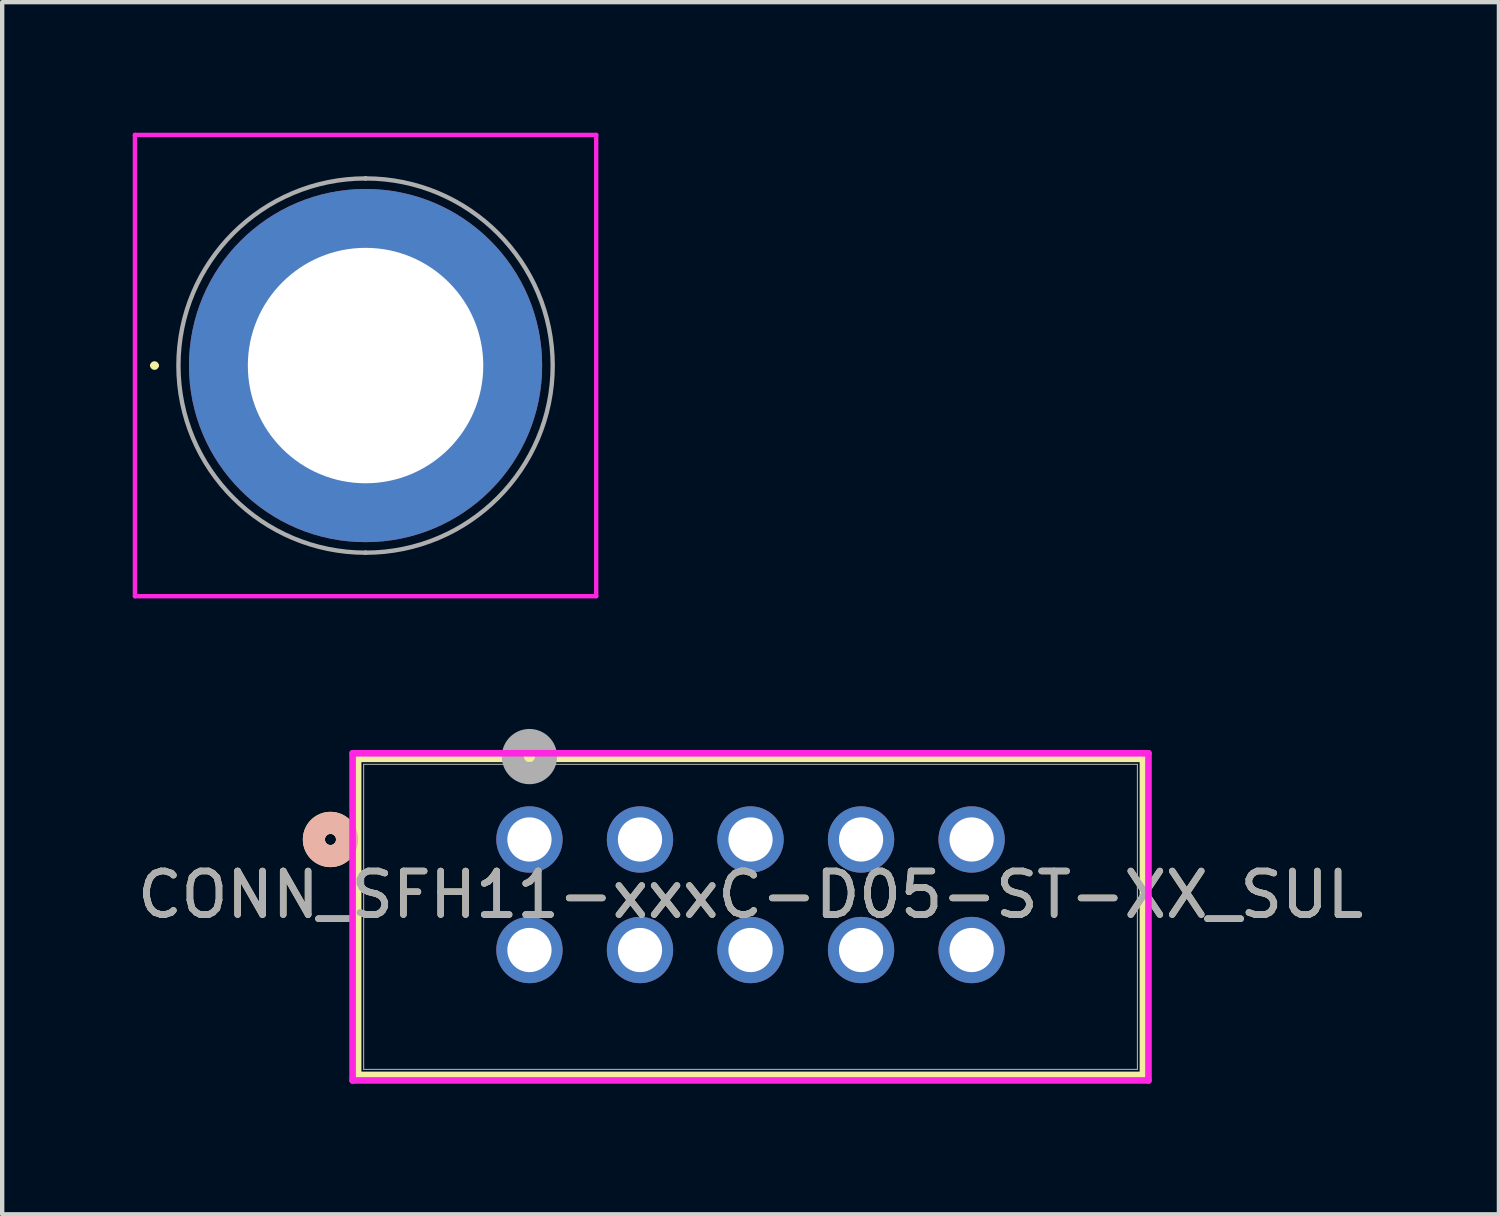
<source format=kicad_pcb>
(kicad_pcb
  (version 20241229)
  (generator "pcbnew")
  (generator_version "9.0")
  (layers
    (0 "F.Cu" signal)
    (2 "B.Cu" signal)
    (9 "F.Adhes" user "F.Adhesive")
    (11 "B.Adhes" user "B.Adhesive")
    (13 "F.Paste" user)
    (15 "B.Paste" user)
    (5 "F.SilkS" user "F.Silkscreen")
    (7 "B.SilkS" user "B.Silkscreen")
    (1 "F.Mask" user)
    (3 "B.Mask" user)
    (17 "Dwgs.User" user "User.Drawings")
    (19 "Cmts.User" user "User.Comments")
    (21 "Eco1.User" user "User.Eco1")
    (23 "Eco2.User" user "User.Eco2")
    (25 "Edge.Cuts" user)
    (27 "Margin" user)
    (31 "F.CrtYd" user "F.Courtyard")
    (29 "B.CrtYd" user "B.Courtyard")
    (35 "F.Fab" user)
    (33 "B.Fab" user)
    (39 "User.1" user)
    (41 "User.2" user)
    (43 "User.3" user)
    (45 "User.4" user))
  (footprint "5754"
    (layer "F.Cu")
    (at 5.35 5.35)
    (property "Reference" "5754" (at 0 0 0) (layer "F.SilkS") (effects (font (size 1.27 1.27) (thickness 0.254))))
    (attr through_hole)
    (fp_line (start -4.9 0) (end -4.9 0) (stroke (width 0.1) (type solid)) (layer "F.SilkS"))
    (fp_line (start -4.8 0) (end -4.8 0) (stroke (width 0.1) (type solid)) (layer "F.SilkS"))
    (fp_arc (start -4.9 0) (mid -4.85 -0.05) (end -4.8 0) (stroke (width 0.1) (type solid)) (layer "F.SilkS"))
    (fp_arc (start -4.8 0) (mid -4.85 0.05) (end -4.9 0) (stroke (width 0.1) (type solid)) (layer "F.SilkS"))
    (fp_line (start -5.3 -5.3) (end 5.3 -5.3) (stroke (width 0.1) (type solid)) (layer "F.CrtYd"))
    (fp_line (start -5.3 5.3) (end -5.3 -5.3) (stroke (width 0.1) (type solid)) (layer "F.CrtYd"))
    (fp_line (start 5.3 -5.3) (end 5.3 5.3) (stroke (width 0.1) (type solid)) (layer "F.CrtYd"))
    (fp_line (start 5.3 5.3) (end -5.3 5.3) (stroke (width 0.1) (type solid)) (layer "F.CrtYd"))
    (fp_line (start 0 -4.3) (end 0 -4.3) (stroke (width 0.1) (type solid)) (layer "F.Fab"))
    (fp_line (start 0 4.3) (end 0 4.3) (stroke (width 0.1) (type solid)) (layer "F.Fab"))
    (fp_arc (start 0 -4.3) (mid 4.3 0) (end 0 4.3) (stroke (width 0.1) (type solid)) (layer "F.Fab"))
    (fp_arc (start 0 4.3) (mid -4.3 0) (end 0 -4.3) (stroke (width 0.1) (type solid)) (layer "F.Fab"))
    (fp_text user "${REFERENCE}" (at 0 0 0) (layer "F.Fab") (effects (font (size 1.27 1.27) (thickness 0.254))))
    (pad "1" thru_hole circle (at 0 0) (size 8.115 8.115) (drill 5.41) (layers "*.Cu" "*.Mask")))
  (footprint "CONN_SFH11-xxxC-D05-ST-XX_SUL"
    (layer "F.Cu")
    (at 9.116 16.24)
    (property "Reference" "CONN_SFH11-xxxC-D05-ST-XX_SUL" (at 5.08 1.27 0) (unlocked yes) (layer "F.SilkS") (effects (font (size 1 1) (thickness 0.15))))
    (attr through_hole)
    (fp_line (start -3.937 -1.854) (end -3.937 5.41) (stroke (width 0.152) (type solid)) (layer "F.SilkS"))
    (fp_line (start -3.937 5.41) (end 14.097 5.41) (stroke (width 0.152) (type solid)) (layer "F.SilkS"))
    (fp_line (start 14.097 -1.854) (end -3.937 -1.854) (stroke (width 0.152) (type solid)) (layer "F.SilkS"))
    (fp_line (start 14.097 5.41) (end 14.097 -1.854) (stroke (width 0.152) (type solid)) (layer "F.SilkS"))
    (fp_circle (center -4.572 0) (end -4.191 0) (stroke (width 0.508) (type solid)) (fill no) (layer "F.SilkS"))
    (fp_circle (center -4.572 0) (end -4.191 0) (stroke (width 0.508) (type solid)) (fill no) (layer "B.SilkS"))
    (fp_line (start -4.064 -1.981) (end -4.064 5.537) (stroke (width 0.152) (type solid)) (layer "F.CrtYd"))
    (fp_line (start -4.064 5.537) (end 14.224 5.537) (stroke (width 0.152) (type solid)) (layer "F.CrtYd"))
    (fp_line (start 14.224 -1.981) (end -4.064 -1.981) (stroke (width 0.152) (type solid)) (layer "F.CrtYd"))
    (fp_line (start 14.224 5.537) (end 14.224 -1.981) (stroke (width 0.152) (type solid)) (layer "F.CrtYd"))
    (fp_line (start -3.81 -1.727) (end -3.81 5.283) (stroke (width 0.025) (type solid)) (layer "F.Fab"))
    (fp_line (start -3.81 5.283) (end 13.97 5.283) (stroke (width 0.025) (type solid)) (layer "F.Fab"))
    (fp_line (start 13.97 -1.727) (end -3.81 -1.727) (stroke (width 0.025) (type solid)) (layer "F.Fab"))
    (fp_line (start 13.97 5.283) (end 13.97 -1.727) (stroke (width 0.025) (type solid)) (layer "F.Fab"))
    (fp_circle (center 0 -1.905) (end 0.381 -1.905) (stroke (width 0.508) (type solid)) (fill no) (layer "F.Fab"))
    (fp_text user "${REFERENCE}" (at 5.08 1.27 0) (unlocked yes) (layer "F.Fab") (effects (font (size 1 1) (thickness 0.15))))
    (pad "1" thru_hole circle (at 0 0) (size 1.524 1.524) (drill 1.016) (layers "*.Cu" "*.Mask"))
    (pad "2" thru_hole circle (at 0 2.54) (size 1.524 1.524) (drill 1.016) (layers "*.Cu" "*.Mask"))
    (pad "3" thru_hole circle (at 2.54 0) (size 1.524 1.524) (drill 1.016) (layers "*.Cu" "*.Mask"))
    (pad "4" thru_hole circle (at 2.54 2.54) (size 1.524 1.524) (drill 1.016) (layers "*.Cu" "*.Mask"))
    (pad "5" thru_hole circle (at 5.08 0) (size 1.524 1.524) (drill 1.016) (layers "*.Cu" "*.Mask"))
    (pad "6" thru_hole circle (at 5.08 2.54) (size 1.524 1.524) (drill 1.016) (layers "*.Cu" "*.Mask"))
    (pad "7" thru_hole circle (at 7.62 0) (size 1.524 1.524) (drill 1.016) (layers "*.Cu" "*.Mask"))
    (pad "8" thru_hole circle (at 7.62 2.54) (size 1.524 1.524) (drill 1.016) (layers "*.Cu" "*.Mask"))
    (pad "9" thru_hole circle (at 10.16 0) (size 1.524 1.524) (drill 1.016) (layers "*.Cu" "*.Mask"))
    (pad "10" thru_hole circle (at 10.16 2.54) (size 1.524 1.524) (drill 1.016) (layers "*.Cu" "*.Mask")))
  (gr_rect
    (start -3 -3)
    (end 31.393 24.853)
    (stroke (width 0.1) (type default))
    (fill no)
    (layer "Edge.Cuts")))
</source>
